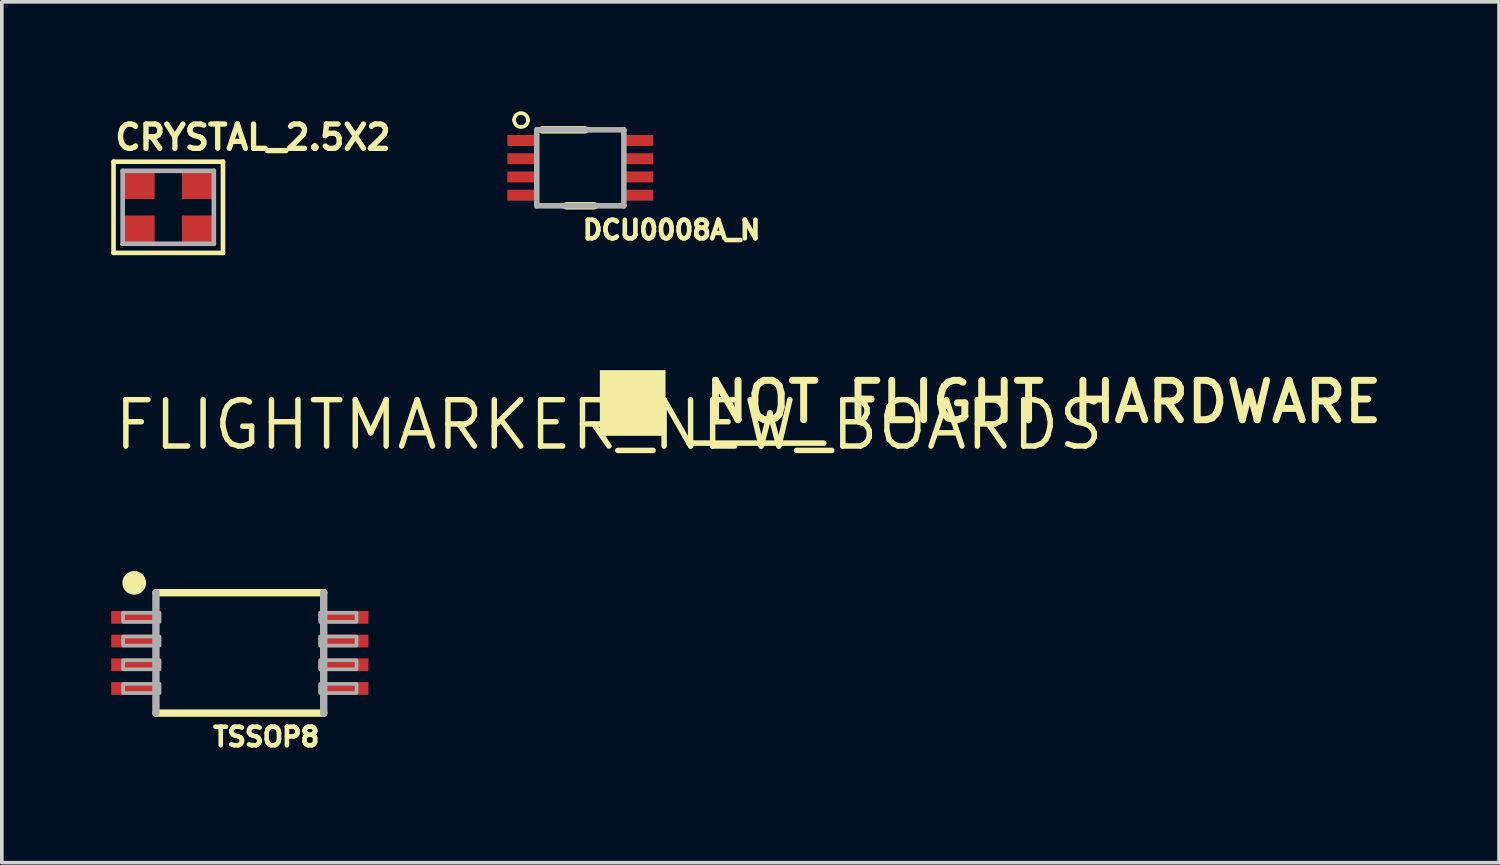
<source format=kicad_pcb>
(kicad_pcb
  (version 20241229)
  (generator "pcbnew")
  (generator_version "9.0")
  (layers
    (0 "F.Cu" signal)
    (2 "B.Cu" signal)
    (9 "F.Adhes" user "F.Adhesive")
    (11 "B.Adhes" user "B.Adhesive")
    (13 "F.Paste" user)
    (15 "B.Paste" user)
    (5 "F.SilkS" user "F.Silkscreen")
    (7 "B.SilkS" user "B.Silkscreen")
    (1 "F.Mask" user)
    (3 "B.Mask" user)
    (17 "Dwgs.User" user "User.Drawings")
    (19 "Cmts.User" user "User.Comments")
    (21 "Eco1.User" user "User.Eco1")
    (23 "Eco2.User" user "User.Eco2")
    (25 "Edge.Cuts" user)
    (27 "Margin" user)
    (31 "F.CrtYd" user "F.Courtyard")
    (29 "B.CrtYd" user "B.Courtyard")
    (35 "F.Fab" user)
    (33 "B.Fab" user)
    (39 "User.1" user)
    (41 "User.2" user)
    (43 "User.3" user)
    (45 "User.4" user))
  (footprint "CRYSTAL_2.5X2"
    (layer "F.Cu")
    (at 1.563 2.633)
    (property "Reference" "CRYSTAL_2.5X2" (at -1.532 -1.528 0) (layer "F.SilkS") (effects (font (size 0.666 0.666) (thickness 0.146)) (justify left bottom)))
    (fp_line (start -1.5 -1.25) (end 1.5 -1.25) (stroke (width 0.127) (type solid)) (layer "F.SilkS"))
    (fp_line (start -1.5 1.25) (end -1.5 -1.25) (stroke (width 0.127) (type solid)) (layer "F.SilkS"))
    (fp_line (start 1.5 -1.25) (end 1.5 1.25) (stroke (width 0.127) (type solid)) (layer "F.SilkS"))
    (fp_line (start 1.5 1.25) (end -1.5 1.25) (stroke (width 0.127) (type solid)) (layer "F.SilkS"))
    (fp_line (start -1.25 -1) (end 1.25 -1) (stroke (width 0.127) (type solid)) (layer "F.Fab"))
    (fp_line (start -1.25 1) (end -1.25 -1) (stroke (width 0.127) (type solid)) (layer "F.Fab"))
    (fp_line (start 1.25 -1) (end 1.25 1) (stroke (width 0.127) (type solid)) (layer "F.Fab"))
    (fp_line (start 1.25 1) (end -1.25 1) (stroke (width 0.127) (type solid)) (layer "F.Fab"))
    (pad "1" smd rect (at -0.825 0.625) (size 0.9 0.8) (layers "F.Cu" "F.Mask" "F.Paste"))
    (pad "2" smd rect (at 0.825 0.625) (size 0.9 0.8) (layers "F.Cu" "F.Mask" "F.Paste"))
    (pad "3" smd rect (at 0.825 -0.625) (size 0.9 0.8) (layers "F.Cu" "F.Mask" "F.Paste"))
    (pad "4" smd rect (at -0.825 -0.625) (size 0.9 0.8) (layers "F.Cu" "F.Mask" "F.Paste")))
  (footprint "FLIGHTMARKER_NEW_BOARDS"
    (layer "F.Cu")
    (at 13.645 8.598)
    (property "Reference" "FLIGHTMARKER_NEW_BOARDS" (at 0 0 0) (layer "F.SilkS") (effects (font (size 1.27 1.27) (thickness 0.15))))
    (fp_line (start 2.19 0.5) (end 5.89 0.5) (stroke (width 0.152) (type solid)) (layer "F.SilkS"))
    (fp_poly (pts (xy -0.25 0.3) (xy 1.55 0.3) (xy 1.55 -1.5) (xy -0.25 -1.5)) (stroke (width 0) (type solid)) (fill yes) (layer "F.SilkS"))
    (fp_text user "NOT FLIGHT HARDWARE" (at 2.54 0 0) (layer "F.SilkS") (effects (font (size 1.079 1.079) (thickness 0.191)) (justify left bottom))))
  (footprint "DCU0008A_N"
    (layer "F.Cu")
    (at 12.859 1.551)
    (property "Reference" "DCU0008A_N" (at 0 2 0) (layer "F.SilkS") (effects (font (size 0.508 0.508) (thickness 0.127)) (justify left bottom)))
    (fp_line (start -1.041 -1.041) (end 0.127 -1.041) (stroke (width 0.203) (type solid)) (layer "F.SilkS"))
    (fp_line (start -0.381 1.041) (end 0.381 1.041) (stroke (width 0.203) (type solid)) (layer "F.SilkS"))
    (fp_arc (start -1.8144 -1.3096) (mid -1.6239 -1.5001) (end -1.4334 -1.3096) (stroke (width 0.1016) (type solid)) (layer "F.SilkS"))
    (fp_arc (start -1.4334 -1.3096) (mid -1.6239 -1.1191) (end -1.8144 -1.3096) (stroke (width 0.1016) (type solid)) (layer "F.SilkS"))
    (fp_line (start -1.194 -1.041) (end 1.194 -1.041) (stroke (width 0.152) (type solid)) (layer "F.Fab"))
    (fp_line (start -1.194 1.041) (end -1.194 -1.041) (stroke (width 0.152) (type solid)) (layer "F.Fab"))
    (fp_line (start -1.194 1.041) (end 1.194 1.041) (stroke (width 0.152) (type solid)) (layer "F.Fab"))
    (fp_line (start 1.194 1.041) (end 1.194 -1.041) (stroke (width 0.152) (type solid)) (layer "F.Fab"))
    (pad "1" smd rect (at -1.6 -0.75 180) (size 0.8 0.3) (layers "F.Cu" "F.Mask" "F.Paste"))
    (pad "2" smd rect (at -1.6 -0.25 180) (size 0.8 0.3) (layers "F.Cu" "F.Mask" "F.Paste"))
    (pad "3" smd rect (at -1.6 0.25 180) (size 0.8 0.3) (layers "F.Cu" "F.Mask" "F.Paste"))
    (pad "4" smd rect (at -1.6 0.75 180) (size 0.8 0.3) (layers "F.Cu" "F.Mask" "F.Paste"))
    (pad "5" smd rect (at 1.6 0.75 180) (size 0.8 0.3) (layers "F.Cu" "F.Mask" "F.Paste"))
    (pad "6" smd rect (at 1.6 0.25 180) (size 0.8 0.3) (layers "F.Cu" "F.Mask" "F.Paste"))
    (pad "7" smd rect (at 1.6 -0.25 180) (size 0.8 0.3) (layers "F.Cu" "F.Mask" "F.Paste"))
    (pad "8" smd rect (at 1.6 -0.75 180) (size 0.8 0.3) (layers "F.Cu" "F.Mask" "F.Paste")))
  (footprint "TSSOP8"
    (layer "F.Cu")
    (at 3.525 14.849)
    (property "Reference" "TSSOP8" (at -0.8 2.6 0) (layer "F.SilkS") (effects (font (size 0.508 0.508) (thickness 0.127)) (justify left bottom)))
    (fp_line (start -2.3 1.65) (end 2.3 1.65) (stroke (width 0.203) (type solid)) (layer "F.SilkS"))
    (fp_line (start 2.3 -1.65) (end -2.3 -1.65) (stroke (width 0.203) (type solid)) (layer "F.SilkS"))
    (fp_circle (center -2.895 -1.92) (end -2.732 -1.92) (stroke (width 0.325) (type solid)) (fill yes) (layer "F.SilkS"))
    (fp_line (start -2.3 -1.65) (end -2.3 1.65) (stroke (width 0.203) (type solid)) (layer "F.Fab"))
    (fp_line (start 2.3 1.65) (end 2.3 -1.65) (stroke (width 0.203) (type solid)) (layer "F.Fab"))
    (fp_poly (pts (xy -3.2 -0.85) (xy -2.2 -0.85) (xy -2.2 -1.1) (xy -3.2 -1.1)) (stroke (width 0.1) (type solid)) (fill no) (layer "F.Fab"))
    (fp_poly (pts (xy -3.2 -0.2) (xy -2.2 -0.2) (xy -2.2 -0.45) (xy -3.2 -0.45)) (stroke (width 0.1) (type solid)) (fill no) (layer "F.Fab"))
    (fp_poly (pts (xy -3.2 0.45) (xy -2.2 0.45) (xy -2.2 0.2) (xy -3.2 0.2)) (stroke (width 0.1) (type solid)) (fill no) (layer "F.Fab"))
    (fp_poly (pts (xy -3.2 1.1) (xy -2.2 1.1) (xy -2.2 0.85) (xy -3.2 0.85)) (stroke (width 0.1) (type solid)) (fill no) (layer "F.Fab"))
    (fp_poly (pts (xy 2.2 -0.85) (xy 3.2 -0.85) (xy 3.2 -1.1) (xy 2.2 -1.1)) (stroke (width 0.1) (type solid)) (fill no) (layer "F.Fab"))
    (fp_poly (pts (xy 2.2 -0.2) (xy 3.2 -0.2) (xy 3.2 -0.45) (xy 2.2 -0.45)) (stroke (width 0.1) (type solid)) (fill no) (layer "F.Fab"))
    (fp_poly (pts (xy 2.2 0.45) (xy 3.2 0.45) (xy 3.2 0.2) (xy 2.2 0.2)) (stroke (width 0.1) (type solid)) (fill no) (layer "F.Fab"))
    (fp_poly (pts (xy 2.2 1.1) (xy 3.2 1.1) (xy 3.2 0.85) (xy 2.2 0.85)) (stroke (width 0.1) (type solid)) (fill no) (layer "F.Fab"))
    (pad "1" smd rect (at -2.925 -0.975) (size 1.2 0.35) (layers "F.Cu" "F.Mask" "F.Paste"))
    (pad "2" smd rect (at -2.925 -0.325) (size 1.2 0.35) (layers "F.Cu" "F.Mask" "F.Paste"))
    (pad "3" smd rect (at -2.925 0.325) (size 1.2 0.35) (layers "F.Cu" "F.Mask" "F.Paste"))
    (pad "4" smd rect (at -2.925 0.975) (size 1.2 0.35) (layers "F.Cu" "F.Mask" "F.Paste"))
    (pad "5" smd rect (at 2.925 0.975) (size 1.2 0.35) (layers "F.Cu" "F.Mask" "F.Paste"))
    (pad "6" smd rect (at 2.925 0.325) (size 1.2 0.35) (layers "F.Cu" "F.Mask" "F.Paste"))
    (pad "7" smd rect (at 2.925 -0.325) (size 1.2 0.35) (layers "F.Cu" "F.Mask" "F.Paste"))
    (pad "8" smd rect (at 2.925 -0.975) (size 1.2 0.35) (layers "F.Cu" "F.Mask" "F.Paste")))
  (gr_rect
    (start -3 -3)
    (end 38.046 20.6)
    (stroke (width 0.1) (type default))
    (fill no)
    (layer "Edge.Cuts")))
</source>
